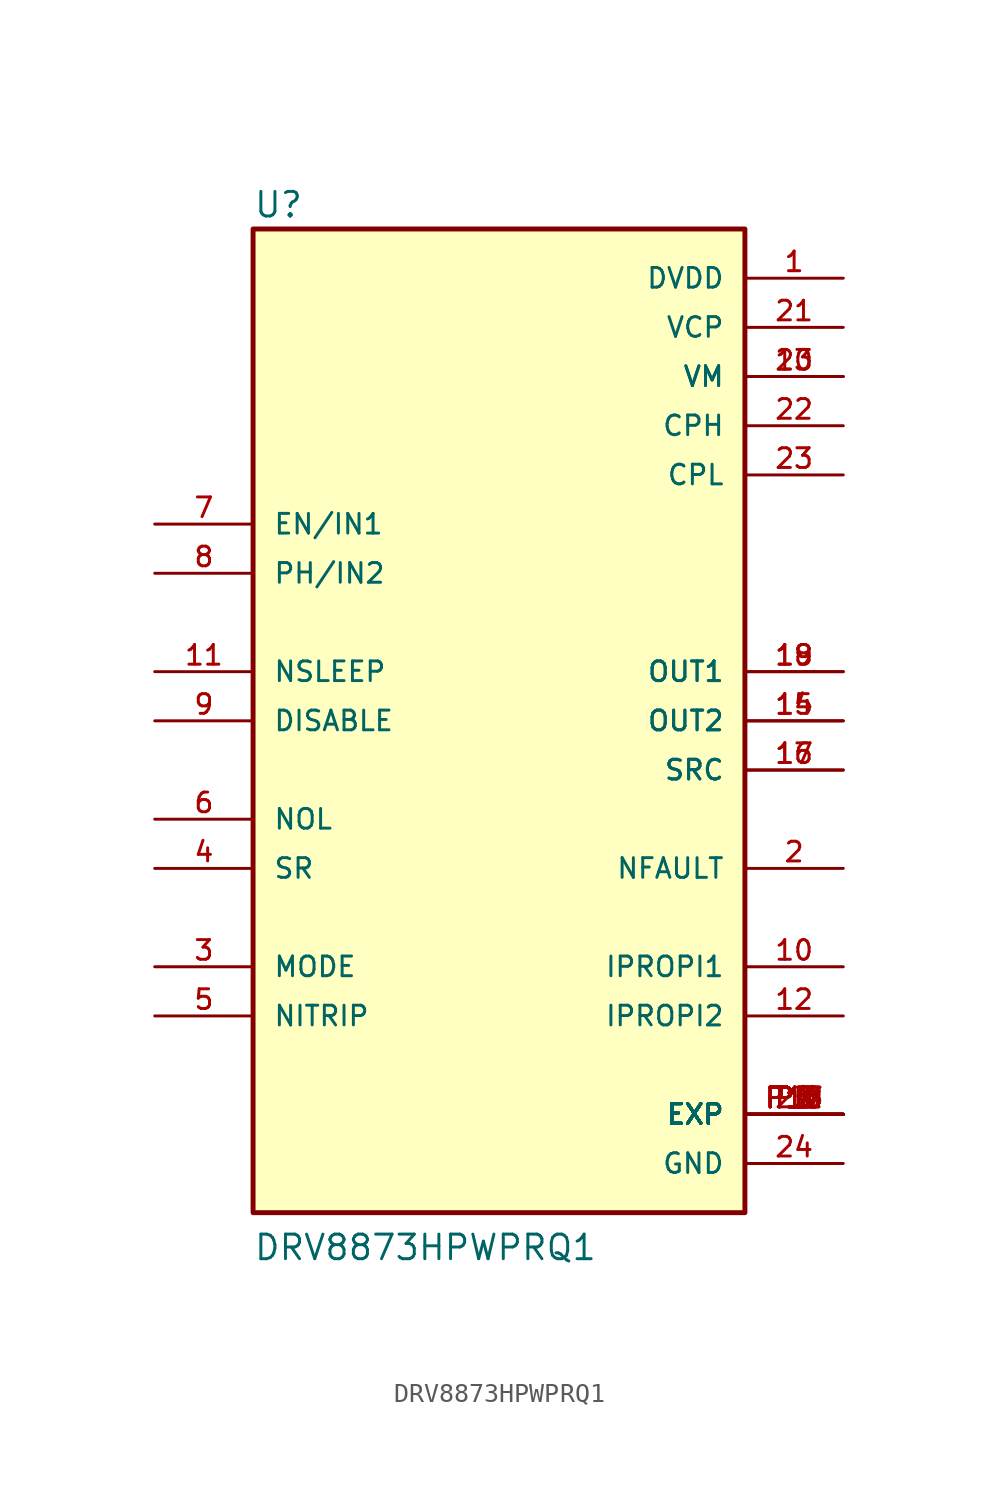
<source format=kicad_sym>
(kicad_symbol_lib
  (version 20211014)
  (generator kicad_symbol_editor)
  (symbol "DRV8873HPWPRQ1"
    (pin_names
      (offset 1.016))
    (property "Reference" "U"
      (at -12.7 25.908 0)
      (effects (font (size 1.27 1.27)) (justify bottom left)))
    (property "Value" "DRV8873HPWPRQ1"
      (at -12.7 -27.94 0)
      (effects (font (size 1.27 1.27)) (justify bottom left)))
    (symbol "DRV8873HPWPRQ1_0_0"
      (rectangle (start -12.7 -25.4) (end 12.7 25.4) (stroke (width 0.254)) (fill (type background)))
      (pin input line (at -17.78 -5.08 0) (length 5.08) (name "NOL" (effects (font (size 1.016 1.016)))) (number "6" (effects (font (size 1.016 1.016)))))
      (pin input line (at -17.78 10.16 0) (length 5.08) (name "EN/IN1" (effects (font (size 1.016 1.016)))) (number "7" (effects (font (size 1.016 1.016)))))
      (pin input line (at -17.78 7.62 0) (length 5.08) (name "PH/IN2" (effects (font (size 1.016 1.016)))) (number "8" (effects (font (size 1.016 1.016)))))
      (pin input line (at -17.78 0.0 0) (length 5.08) (name "DISABLE" (effects (font (size 1.016 1.016)))) (number "9" (effects (font (size 1.016 1.016)))))
      (pin output line (at 17.78 -12.7 180.0) (length 5.08) (name "IPROPI1" (effects (font (size 1.016 1.016)))) (number "10" (effects (font (size 1.016 1.016)))))
      (pin input line (at -17.78 2.54 0) (length 5.08) (name "NSLEEP" (effects (font (size 1.016 1.016)))) (number "11" (effects (font (size 1.016 1.016)))))
      (pin output line (at 17.78 -15.24 180.0) (length 5.08) (name "IPROPI2" (effects (font (size 1.016 1.016)))) (number "12" (effects (font (size 1.016 1.016)))))
      (pin power_in line (at 17.78 17.78 180.0) (length 5.08) (name "VM" (effects (font (size 1.016 1.016)))) (number "13" (effects (font (size 1.016 1.016)))))
      (pin power_in line (at 17.78 17.78 180.0) (length 5.08) (name "VM" (effects (font (size 1.016 1.016)))) (number "20" (effects (font (size 1.016 1.016)))))
      (pin output line (at 17.78 0.0 180.0) (length 5.08) (name "OUT2" (effects (font (size 1.016 1.016)))) (number "14" (effects (font (size 1.016 1.016)))))
      (pin output line (at 17.78 0.0 180.0) (length 5.08) (name "OUT2" (effects (font (size 1.016 1.016)))) (number "15" (effects (font (size 1.016 1.016)))))
      (pin output line (at 17.78 -2.54 180.0) (length 5.08) (name "SRC" (effects (font (size 1.016 1.016)))) (number "16" (effects (font (size 1.016 1.016)))))
      (pin output line (at 17.78 -2.54 180.0) (length 5.08) (name "SRC" (effects (font (size 1.016 1.016)))) (number "17" (effects (font (size 1.016 1.016)))))
      (pin output line (at 17.78 2.54 180.0) (length 5.08) (name "OUT1" (effects (font (size 1.016 1.016)))) (number "18" (effects (font (size 1.016 1.016)))))
      (pin output line (at 17.78 2.54 180.0) (length 5.08) (name "OUT1" (effects (font (size 1.016 1.016)))) (number "19" (effects (font (size 1.016 1.016)))))
      (pin input line (at -17.78 -15.24 0) (length 5.08) (name "NITRIP" (effects (font (size 1.016 1.016)))) (number "5" (effects (font (size 1.016 1.016)))))
      (pin input line (at -17.78 -7.62 0) (length 5.08) (name "SR" (effects (font (size 1.016 1.016)))) (number "4" (effects (font (size 1.016 1.016)))))
      (pin input line (at -17.78 -12.7 0) (length 5.08) (name "MODE" (effects (font (size 1.016 1.016)))) (number "3" (effects (font (size 1.016 1.016)))))
      (pin power_in line (at 17.78 20.32 180.0) (length 5.08) (name "VCP" (effects (font (size 1.016 1.016)))) (number "21" (effects (font (size 1.016 1.016)))))
      (pin power_in line (at 17.78 15.24 180.0) (length 5.08) (name "CPH" (effects (font (size 1.016 1.016)))) (number "22" (effects (font (size 1.016 1.016)))))
      (pin power_in line (at 17.78 12.7 180.0) (length 5.08) (name "CPL" (effects (font (size 1.016 1.016)))) (number "23" (effects (font (size 1.016 1.016)))))
      (pin power_in line (at 17.78 -22.86 180.0) (length 5.08) (name "GND" (effects (font (size 1.016 1.016)))) (number "24" (effects (font (size 1.016 1.016)))))
      (pin passive line (at 17.78 -20.32 180.0) (length 5.08) (name "EXP" (effects (font (size 1.016 1.016)))) (number "25" (effects (font (size 1.016 1.016)))))
      (pin passive line (at 17.78 -20.32 180.0) (length 5.08) (name "EXP" (effects (font (size 1.016 1.016)))) (number "P1" (effects (font (size 1.016 1.016)))))
      (pin passive line (at 17.78 -20.32 180.0) (length 5.08) (name "EXP" (effects (font (size 1.016 1.016)))) (number "P2" (effects (font (size 1.016 1.016)))))
      (pin passive line (at 17.78 -20.32 180.0) (length 5.08) (name "EXP" (effects (font (size 1.016 1.016)))) (number "P3" (effects (font (size 1.016 1.016)))))
      (pin passive line (at 17.78 -20.32 180.0) (length 5.08) (name "EXP" (effects (font (size 1.016 1.016)))) (number "P4" (effects (font (size 1.016 1.016)))))
      (pin passive line (at 17.78 -20.32 180.0) (length 5.08) (name "EXP" (effects (font (size 1.016 1.016)))) (number "P5" (effects (font (size 1.016 1.016)))))
      (pin passive line (at 17.78 -20.32 180.0) (length 5.08) (name "EXP" (effects (font (size 1.016 1.016)))) (number "P6" (effects (font (size 1.016 1.016)))))
      (pin passive line (at 17.78 -20.32 180.0) (length 5.08) (name "EXP" (effects (font (size 1.016 1.016)))) (number "P7" (effects (font (size 1.016 1.016)))))
      (pin passive line (at 17.78 -20.32 180.0) (length 5.08) (name "EXP" (effects (font (size 1.016 1.016)))) (number "P8" (effects (font (size 1.016 1.016)))))
      (pin passive line (at 17.78 -20.32 180.0) (length 5.08) (name "EXP" (effects (font (size 1.016 1.016)))) (number "P9" (effects (font (size 1.016 1.016)))))
      (pin passive line (at 17.78 -20.32 180.0) (length 5.08) (name "EXP" (effects (font (size 1.016 1.016)))) (number "P10" (effects (font (size 1.016 1.016)))))
      (pin passive line (at 17.78 -20.32 180.0) (length 5.08) (name "EXP" (effects (font (size 1.016 1.016)))) (number "P11" (effects (font (size 1.016 1.016)))))
      (pin passive line (at 17.78 -20.32 180.0) (length 5.08) (name "EXP" (effects (font (size 1.016 1.016)))) (number "P12" (effects (font (size 1.016 1.016)))))
      (pin passive line (at 17.78 -20.32 180.0) (length 5.08) (name "EXP" (effects (font (size 1.016 1.016)))) (number "P13" (effects (font (size 1.016 1.016)))))
      (pin passive line (at 17.78 -20.32 180.0) (length 5.08) (name "EXP" (effects (font (size 1.016 1.016)))) (number "P14" (effects (font (size 1.016 1.016)))))
      (pin passive line (at 17.78 -20.32 180.0) (length 5.08) (name "EXP" (effects (font (size 1.016 1.016)))) (number "P15" (effects (font (size 1.016 1.016)))))
      (pin passive line (at 17.78 -20.32 180.0) (length 5.08) (name "EXP" (effects (font (size 1.016 1.016)))) (number "P16" (effects (font (size 1.016 1.016)))))
      (pin passive line (at 17.78 -20.32 180.0) (length 5.08) (name "EXP" (effects (font (size 1.016 1.016)))) (number "P17" (effects (font (size 1.016 1.016)))))
      (pin passive line (at 17.78 -20.32 180.0) (length 5.08) (name "EXP" (effects (font (size 1.016 1.016)))) (number "P18" (effects (font (size 1.016 1.016)))))
      (pin output line (at 17.78 -7.62 180.0) (length 5.08) (name "NFAULT" (effects (font (size 1.016 1.016)))) (number "2" (effects (font (size 1.016 1.016)))))
      (pin power_in line (at 17.78 22.86 180.0) (length 5.08) (name "DVDD" (effects (font (size 1.016 1.016)))) (number "1" (effects (font (size 1.016 1.016))))))))
</source>
